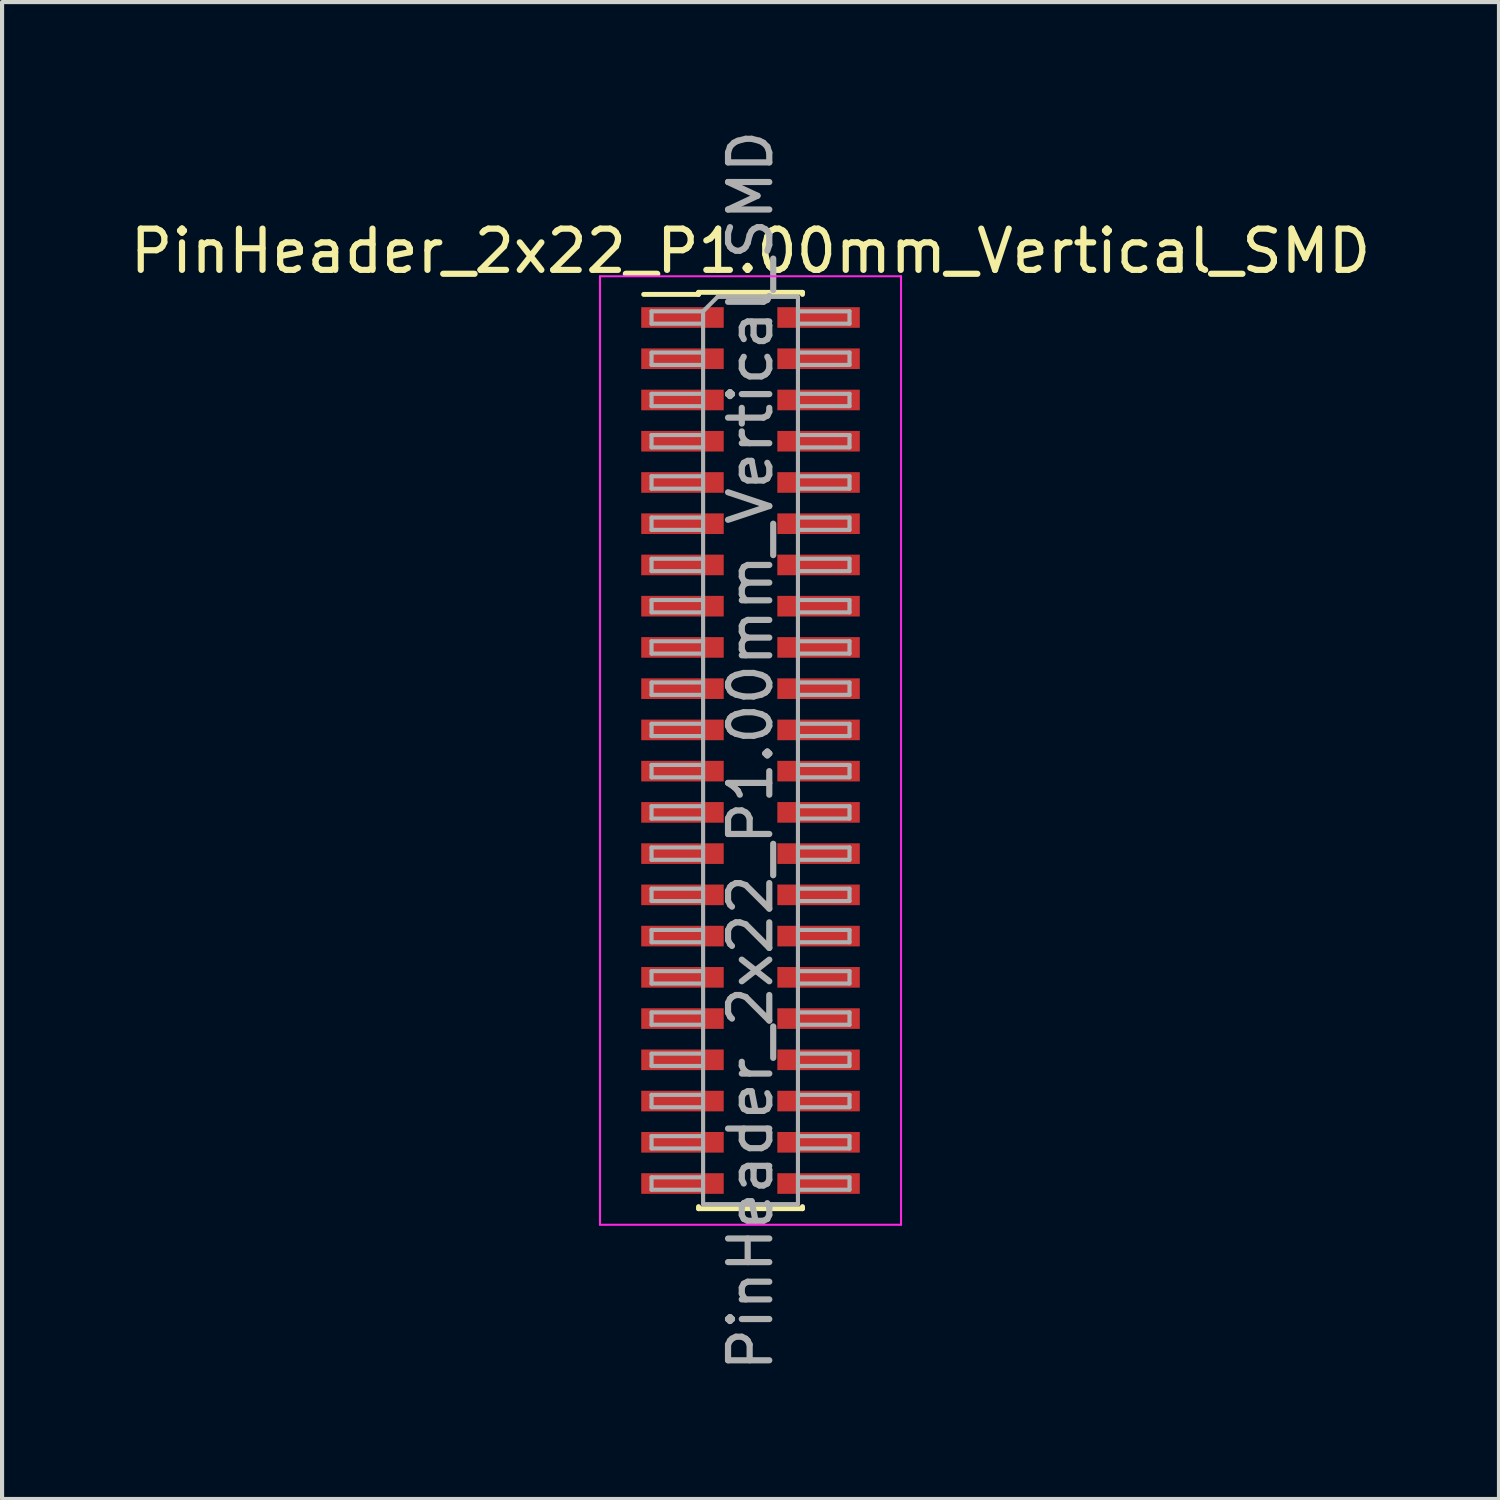
<source format=kicad_pcb>
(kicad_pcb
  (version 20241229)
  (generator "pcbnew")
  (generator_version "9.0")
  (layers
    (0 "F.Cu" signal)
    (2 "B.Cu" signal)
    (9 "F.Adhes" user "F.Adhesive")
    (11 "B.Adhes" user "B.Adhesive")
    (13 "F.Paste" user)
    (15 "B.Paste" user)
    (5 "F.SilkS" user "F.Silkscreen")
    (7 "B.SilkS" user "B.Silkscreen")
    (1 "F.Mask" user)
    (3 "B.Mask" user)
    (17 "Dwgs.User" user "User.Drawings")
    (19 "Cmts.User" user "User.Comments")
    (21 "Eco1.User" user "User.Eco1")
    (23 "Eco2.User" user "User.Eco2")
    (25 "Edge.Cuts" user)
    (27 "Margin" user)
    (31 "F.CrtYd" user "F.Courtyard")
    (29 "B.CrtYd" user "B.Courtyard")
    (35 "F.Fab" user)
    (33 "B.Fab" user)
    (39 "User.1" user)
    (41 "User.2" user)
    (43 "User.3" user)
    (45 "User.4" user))
  (footprint "PinHeader_2x22_P1.00mm_Vertical_SMD"
    (layer "F.Cu")
    (at 15.149 15.149)
    (property "Reference" "PinHeader_2x22_P1.00mm_Vertical_SMD" (at 0 -12.11 0) (layer "F.SilkS") (effects (font (size 1 1) (thickness 0.15))))
    (attr smd)
    (fp_line (start -2.59 -11.06) (end -1.26 -11.06) (stroke (width 0.12) (type solid)) (layer "F.SilkS"))
    (fp_line (start -1.26 -11.11) (end -1.26 -11.06) (stroke (width 0.12) (type solid)) (layer "F.SilkS"))
    (fp_line (start -1.26 -11.11) (end 1.26 -11.11) (stroke (width 0.12) (type solid)) (layer "F.SilkS"))
    (fp_line (start -1.26 11.06) (end -1.26 11.11) (stroke (width 0.12) (type solid)) (layer "F.SilkS"))
    (fp_line (start -1.26 11.11) (end 1.26 11.11) (stroke (width 0.12) (type solid)) (layer "F.SilkS"))
    (fp_line (start 1.26 -11.11) (end 1.26 -11.06) (stroke (width 0.12) (type solid)) (layer "F.SilkS"))
    (fp_line (start 1.26 11.06) (end 1.26 11.11) (stroke (width 0.12) (type solid)) (layer "F.SilkS"))
    (fp_line (start -3.65 -11.5) (end -3.65 11.5) (stroke (width 0.05) (type solid)) (layer "F.CrtYd"))
    (fp_line (start -3.65 11.5) (end 3.65 11.5) (stroke (width 0.05) (type solid)) (layer "F.CrtYd"))
    (fp_line (start 3.65 -11.5) (end -3.65 -11.5) (stroke (width 0.05) (type solid)) (layer "F.CrtYd"))
    (fp_line (start 3.65 11.5) (end 3.65 -11.5) (stroke (width 0.05) (type solid)) (layer "F.CrtYd"))
    (fp_line (start -2.4 -10.65) (end -2.4 -10.35) (stroke (width 0.1) (type solid)) (layer "F.Fab"))
    (fp_line (start -2.4 -10.35) (end -1.15 -10.35) (stroke (width 0.1) (type solid)) (layer "F.Fab"))
    (fp_line (start -2.4 -9.65) (end -2.4 -9.35) (stroke (width 0.1) (type solid)) (layer "F.Fab"))
    (fp_line (start -2.4 -9.35) (end -1.15 -9.35) (stroke (width 0.1) (type solid)) (layer "F.Fab"))
    (fp_line (start -2.4 -8.65) (end -2.4 -8.35) (stroke (width 0.1) (type solid)) (layer "F.Fab"))
    (fp_line (start -2.4 -8.35) (end -1.15 -8.35) (stroke (width 0.1) (type solid)) (layer "F.Fab"))
    (fp_line (start -2.4 -7.65) (end -2.4 -7.35) (stroke (width 0.1) (type solid)) (layer "F.Fab"))
    (fp_line (start -2.4 -7.35) (end -1.15 -7.35) (stroke (width 0.1) (type solid)) (layer "F.Fab"))
    (fp_line (start -2.4 -6.65) (end -2.4 -6.35) (stroke (width 0.1) (type solid)) (layer "F.Fab"))
    (fp_line (start -2.4 -6.35) (end -1.15 -6.35) (stroke (width 0.1) (type solid)) (layer "F.Fab"))
    (fp_line (start -2.4 -5.65) (end -2.4 -5.35) (stroke (width 0.1) (type solid)) (layer "F.Fab"))
    (fp_line (start -2.4 -5.35) (end -1.15 -5.35) (stroke (width 0.1) (type solid)) (layer "F.Fab"))
    (fp_line (start -2.4 -4.65) (end -2.4 -4.35) (stroke (width 0.1) (type solid)) (layer "F.Fab"))
    (fp_line (start -2.4 -4.35) (end -1.15 -4.35) (stroke (width 0.1) (type solid)) (layer "F.Fab"))
    (fp_line (start -2.4 -3.65) (end -2.4 -3.35) (stroke (width 0.1) (type solid)) (layer "F.Fab"))
    (fp_line (start -2.4 -3.35) (end -1.15 -3.35) (stroke (width 0.1) (type solid)) (layer "F.Fab"))
    (fp_line (start -2.4 -2.65) (end -2.4 -2.35) (stroke (width 0.1) (type solid)) (layer "F.Fab"))
    (fp_line (start -2.4 -2.35) (end -1.15 -2.35) (stroke (width 0.1) (type solid)) (layer "F.Fab"))
    (fp_line (start -2.4 -1.65) (end -2.4 -1.35) (stroke (width 0.1) (type solid)) (layer "F.Fab"))
    (fp_line (start -2.4 -1.35) (end -1.15 -1.35) (stroke (width 0.1) (type solid)) (layer "F.Fab"))
    (fp_line (start -2.4 -0.65) (end -2.4 -0.35) (stroke (width 0.1) (type solid)) (layer "F.Fab"))
    (fp_line (start -2.4 -0.35) (end -1.15 -0.35) (stroke (width 0.1) (type solid)) (layer "F.Fab"))
    (fp_line (start -2.4 0.35) (end -2.4 0.65) (stroke (width 0.1) (type solid)) (layer "F.Fab"))
    (fp_line (start -2.4 0.65) (end -1.15 0.65) (stroke (width 0.1) (type solid)) (layer "F.Fab"))
    (fp_line (start -2.4 1.35) (end -2.4 1.65) (stroke (width 0.1) (type solid)) (layer "F.Fab"))
    (fp_line (start -2.4 1.65) (end -1.15 1.65) (stroke (width 0.1) (type solid)) (layer "F.Fab"))
    (fp_line (start -2.4 2.35) (end -2.4 2.65) (stroke (width 0.1) (type solid)) (layer "F.Fab"))
    (fp_line (start -2.4 2.65) (end -1.15 2.65) (stroke (width 0.1) (type solid)) (layer "F.Fab"))
    (fp_line (start -2.4 3.35) (end -2.4 3.65) (stroke (width 0.1) (type solid)) (layer "F.Fab"))
    (fp_line (start -2.4 3.65) (end -1.15 3.65) (stroke (width 0.1) (type solid)) (layer "F.Fab"))
    (fp_line (start -2.4 4.35) (end -2.4 4.65) (stroke (width 0.1) (type solid)) (layer "F.Fab"))
    (fp_line (start -2.4 4.65) (end -1.15 4.65) (stroke (width 0.1) (type solid)) (layer "F.Fab"))
    (fp_line (start -2.4 5.35) (end -2.4 5.65) (stroke (width 0.1) (type solid)) (layer "F.Fab"))
    (fp_line (start -2.4 5.65) (end -1.15 5.65) (stroke (width 0.1) (type solid)) (layer "F.Fab"))
    (fp_line (start -2.4 6.35) (end -2.4 6.65) (stroke (width 0.1) (type solid)) (layer "F.Fab"))
    (fp_line (start -2.4 6.65) (end -1.15 6.65) (stroke (width 0.1) (type solid)) (layer "F.Fab"))
    (fp_line (start -2.4 7.35) (end -2.4 7.65) (stroke (width 0.1) (type solid)) (layer "F.Fab"))
    (fp_line (start -2.4 7.65) (end -1.15 7.65) (stroke (width 0.1) (type solid)) (layer "F.Fab"))
    (fp_line (start -2.4 8.35) (end -2.4 8.65) (stroke (width 0.1) (type solid)) (layer "F.Fab"))
    (fp_line (start -2.4 8.65) (end -1.15 8.65) (stroke (width 0.1) (type solid)) (layer "F.Fab"))
    (fp_line (start -2.4 9.35) (end -2.4 9.65) (stroke (width 0.1) (type solid)) (layer "F.Fab"))
    (fp_line (start -2.4 9.65) (end -1.15 9.65) (stroke (width 0.1) (type solid)) (layer "F.Fab"))
    (fp_line (start -2.4 10.35) (end -2.4 10.65) (stroke (width 0.1) (type solid)) (layer "F.Fab"))
    (fp_line (start -2.4 10.65) (end -1.15 10.65) (stroke (width 0.1) (type solid)) (layer "F.Fab"))
    (fp_line (start -1.15 -10.65) (end -2.4 -10.65) (stroke (width 0.1) (type solid)) (layer "F.Fab"))
    (fp_line (start -1.15 -10.65) (end -0.8 -11) (stroke (width 0.1) (type solid)) (layer "F.Fab"))
    (fp_line (start -1.15 -9.65) (end -2.4 -9.65) (stroke (width 0.1) (type solid)) (layer "F.Fab"))
    (fp_line (start -1.15 -8.65) (end -2.4 -8.65) (stroke (width 0.1) (type solid)) (layer "F.Fab"))
    (fp_line (start -1.15 -7.65) (end -2.4 -7.65) (stroke (width 0.1) (type solid)) (layer "F.Fab"))
    (fp_line (start -1.15 -6.65) (end -2.4 -6.65) (stroke (width 0.1) (type solid)) (layer "F.Fab"))
    (fp_line (start -1.15 -5.65) (end -2.4 -5.65) (stroke (width 0.1) (type solid)) (layer "F.Fab"))
    (fp_line (start -1.15 -4.65) (end -2.4 -4.65) (stroke (width 0.1) (type solid)) (layer "F.Fab"))
    (fp_line (start -1.15 -3.65) (end -2.4 -3.65) (stroke (width 0.1) (type solid)) (layer "F.Fab"))
    (fp_line (start -1.15 -2.65) (end -2.4 -2.65) (stroke (width 0.1) (type solid)) (layer "F.Fab"))
    (fp_line (start -1.15 -1.65) (end -2.4 -1.65) (stroke (width 0.1) (type solid)) (layer "F.Fab"))
    (fp_line (start -1.15 -0.65) (end -2.4 -0.65) (stroke (width 0.1) (type solid)) (layer "F.Fab"))
    (fp_line (start -1.15 0.35) (end -2.4 0.35) (stroke (width 0.1) (type solid)) (layer "F.Fab"))
    (fp_line (start -1.15 1.35) (end -2.4 1.35) (stroke (width 0.1) (type solid)) (layer "F.Fab"))
    (fp_line (start -1.15 2.35) (end -2.4 2.35) (stroke (width 0.1) (type solid)) (layer "F.Fab"))
    (fp_line (start -1.15 3.35) (end -2.4 3.35) (stroke (width 0.1) (type solid)) (layer "F.Fab"))
    (fp_line (start -1.15 4.35) (end -2.4 4.35) (stroke (width 0.1) (type solid)) (layer "F.Fab"))
    (fp_line (start -1.15 5.35) (end -2.4 5.35) (stroke (width 0.1) (type solid)) (layer "F.Fab"))
    (fp_line (start -1.15 6.35) (end -2.4 6.35) (stroke (width 0.1) (type solid)) (layer "F.Fab"))
    (fp_line (start -1.15 7.35) (end -2.4 7.35) (stroke (width 0.1) (type solid)) (layer "F.Fab"))
    (fp_line (start -1.15 8.35) (end -2.4 8.35) (stroke (width 0.1) (type solid)) (layer "F.Fab"))
    (fp_line (start -1.15 9.35) (end -2.4 9.35) (stroke (width 0.1) (type solid)) (layer "F.Fab"))
    (fp_line (start -1.15 10.35) (end -2.4 10.35) (stroke (width 0.1) (type solid)) (layer "F.Fab"))
    (fp_line (start -1.15 11) (end -1.15 -10.65) (stroke (width 0.1) (type solid)) (layer "F.Fab"))
    (fp_line (start -0.8 -11) (end 1.15 -11) (stroke (width 0.1) (type solid)) (layer "F.Fab"))
    (fp_line (start 1.15 -11) (end 1.15 11) (stroke (width 0.1) (type solid)) (layer "F.Fab"))
    (fp_line (start 1.15 -10.65) (end 2.4 -10.65) (stroke (width 0.1) (type solid)) (layer "F.Fab"))
    (fp_line (start 1.15 -9.65) (end 2.4 -9.65) (stroke (width 0.1) (type solid)) (layer "F.Fab"))
    (fp_line (start 1.15 -8.65) (end 2.4 -8.65) (stroke (width 0.1) (type solid)) (layer "F.Fab"))
    (fp_line (start 1.15 -7.65) (end 2.4 -7.65) (stroke (width 0.1) (type solid)) (layer "F.Fab"))
    (fp_line (start 1.15 -6.65) (end 2.4 -6.65) (stroke (width 0.1) (type solid)) (layer "F.Fab"))
    (fp_line (start 1.15 -5.65) (end 2.4 -5.65) (stroke (width 0.1) (type solid)) (layer "F.Fab"))
    (fp_line (start 1.15 -4.65) (end 2.4 -4.65) (stroke (width 0.1) (type solid)) (layer "F.Fab"))
    (fp_line (start 1.15 -3.65) (end 2.4 -3.65) (stroke (width 0.1) (type solid)) (layer "F.Fab"))
    (fp_line (start 1.15 -2.65) (end 2.4 -2.65) (stroke (width 0.1) (type solid)) (layer "F.Fab"))
    (fp_line (start 1.15 -1.65) (end 2.4 -1.65) (stroke (width 0.1) (type solid)) (layer "F.Fab"))
    (fp_line (start 1.15 -0.65) (end 2.4 -0.65) (stroke (width 0.1) (type solid)) (layer "F.Fab"))
    (fp_line (start 1.15 0.35) (end 2.4 0.35) (stroke (width 0.1) (type solid)) (layer "F.Fab"))
    (fp_line (start 1.15 1.35) (end 2.4 1.35) (stroke (width 0.1) (type solid)) (layer "F.Fab"))
    (fp_line (start 1.15 2.35) (end 2.4 2.35) (stroke (width 0.1) (type solid)) (layer "F.Fab"))
    (fp_line (start 1.15 3.35) (end 2.4 3.35) (stroke (width 0.1) (type solid)) (layer "F.Fab"))
    (fp_line (start 1.15 4.35) (end 2.4 4.35) (stroke (width 0.1) (type solid)) (layer "F.Fab"))
    (fp_line (start 1.15 5.35) (end 2.4 5.35) (stroke (width 0.1) (type solid)) (layer "F.Fab"))
    (fp_line (start 1.15 6.35) (end 2.4 6.35) (stroke (width 0.1) (type solid)) (layer "F.Fab"))
    (fp_line (start 1.15 7.35) (end 2.4 7.35) (stroke (width 0.1) (type solid)) (layer "F.Fab"))
    (fp_line (start 1.15 8.35) (end 2.4 8.35) (stroke (width 0.1) (type solid)) (layer "F.Fab"))
    (fp_line (start 1.15 9.35) (end 2.4 9.35) (stroke (width 0.1) (type solid)) (layer "F.Fab"))
    (fp_line (start 1.15 10.35) (end 2.4 10.35) (stroke (width 0.1) (type solid)) (layer "F.Fab"))
    (fp_line (start 1.15 11) (end -1.15 11) (stroke (width 0.1) (type solid)) (layer "F.Fab"))
    (fp_line (start 2.4 -10.65) (end 2.4 -10.35) (stroke (width 0.1) (type solid)) (layer "F.Fab"))
    (fp_line (start 2.4 -10.35) (end 1.15 -10.35) (stroke (width 0.1) (type solid)) (layer "F.Fab"))
    (fp_line (start 2.4 -9.65) (end 2.4 -9.35) (stroke (width 0.1) (type solid)) (layer "F.Fab"))
    (fp_line (start 2.4 -9.35) (end 1.15 -9.35) (stroke (width 0.1) (type solid)) (layer "F.Fab"))
    (fp_line (start 2.4 -8.65) (end 2.4 -8.35) (stroke (width 0.1) (type solid)) (layer "F.Fab"))
    (fp_line (start 2.4 -8.35) (end 1.15 -8.35) (stroke (width 0.1) (type solid)) (layer "F.Fab"))
    (fp_line (start 2.4 -7.65) (end 2.4 -7.35) (stroke (width 0.1) (type solid)) (layer "F.Fab"))
    (fp_line (start 2.4 -7.35) (end 1.15 -7.35) (stroke (width 0.1) (type solid)) (layer "F.Fab"))
    (fp_line (start 2.4 -6.65) (end 2.4 -6.35) (stroke (width 0.1) (type solid)) (layer "F.Fab"))
    (fp_line (start 2.4 -6.35) (end 1.15 -6.35) (stroke (width 0.1) (type solid)) (layer "F.Fab"))
    (fp_line (start 2.4 -5.65) (end 2.4 -5.35) (stroke (width 0.1) (type solid)) (layer "F.Fab"))
    (fp_line (start 2.4 -5.35) (end 1.15 -5.35) (stroke (width 0.1) (type solid)) (layer "F.Fab"))
    (fp_line (start 2.4 -4.65) (end 2.4 -4.35) (stroke (width 0.1) (type solid)) (layer "F.Fab"))
    (fp_line (start 2.4 -4.35) (end 1.15 -4.35) (stroke (width 0.1) (type solid)) (layer "F.Fab"))
    (fp_line (start 2.4 -3.65) (end 2.4 -3.35) (stroke (width 0.1) (type solid)) (layer "F.Fab"))
    (fp_line (start 2.4 -3.35) (end 1.15 -3.35) (stroke (width 0.1) (type solid)) (layer "F.Fab"))
    (fp_line (start 2.4 -2.65) (end 2.4 -2.35) (stroke (width 0.1) (type solid)) (layer "F.Fab"))
    (fp_line (start 2.4 -2.35) (end 1.15 -2.35) (stroke (width 0.1) (type solid)) (layer "F.Fab"))
    (fp_line (start 2.4 -1.65) (end 2.4 -1.35) (stroke (width 0.1) (type solid)) (layer "F.Fab"))
    (fp_line (start 2.4 -1.35) (end 1.15 -1.35) (stroke (width 0.1) (type solid)) (layer "F.Fab"))
    (fp_line (start 2.4 -0.65) (end 2.4 -0.35) (stroke (width 0.1) (type solid)) (layer "F.Fab"))
    (fp_line (start 2.4 -0.35) (end 1.15 -0.35) (stroke (width 0.1) (type solid)) (layer "F.Fab"))
    (fp_line (start 2.4 0.35) (end 2.4 0.65) (stroke (width 0.1) (type solid)) (layer "F.Fab"))
    (fp_line (start 2.4 0.65) (end 1.15 0.65) (stroke (width 0.1) (type solid)) (layer "F.Fab"))
    (fp_line (start 2.4 1.35) (end 2.4 1.65) (stroke (width 0.1) (type solid)) (layer "F.Fab"))
    (fp_line (start 2.4 1.65) (end 1.15 1.65) (stroke (width 0.1) (type solid)) (layer "F.Fab"))
    (fp_line (start 2.4 2.35) (end 2.4 2.65) (stroke (width 0.1) (type solid)) (layer "F.Fab"))
    (fp_line (start 2.4 2.65) (end 1.15 2.65) (stroke (width 0.1) (type solid)) (layer "F.Fab"))
    (fp_line (start 2.4 3.35) (end 2.4 3.65) (stroke (width 0.1) (type solid)) (layer "F.Fab"))
    (fp_line (start 2.4 3.65) (end 1.15 3.65) (stroke (width 0.1) (type solid)) (layer "F.Fab"))
    (fp_line (start 2.4 4.35) (end 2.4 4.65) (stroke (width 0.1) (type solid)) (layer "F.Fab"))
    (fp_line (start 2.4 4.65) (end 1.15 4.65) (stroke (width 0.1) (type solid)) (layer "F.Fab"))
    (fp_line (start 2.4 5.35) (end 2.4 5.65) (stroke (width 0.1) (type solid)) (layer "F.Fab"))
    (fp_line (start 2.4 5.65) (end 1.15 5.65) (stroke (width 0.1) (type solid)) (layer "F.Fab"))
    (fp_line (start 2.4 6.35) (end 2.4 6.65) (stroke (width 0.1) (type solid)) (layer "F.Fab"))
    (fp_line (start 2.4 6.65) (end 1.15 6.65) (stroke (width 0.1) (type solid)) (layer "F.Fab"))
    (fp_line (start 2.4 7.35) (end 2.4 7.65) (stroke (width 0.1) (type solid)) (layer "F.Fab"))
    (fp_line (start 2.4 7.65) (end 1.15 7.65) (stroke (width 0.1) (type solid)) (layer "F.Fab"))
    (fp_line (start 2.4 8.35) (end 2.4 8.65) (stroke (width 0.1) (type solid)) (layer "F.Fab"))
    (fp_line (start 2.4 8.65) (end 1.15 8.65) (stroke (width 0.1) (type solid)) (layer "F.Fab"))
    (fp_line (start 2.4 9.35) (end 2.4 9.65) (stroke (width 0.1) (type solid)) (layer "F.Fab"))
    (fp_line (start 2.4 9.65) (end 1.15 9.65) (stroke (width 0.1) (type solid)) (layer "F.Fab"))
    (fp_line (start 2.4 10.35) (end 2.4 10.65) (stroke (width 0.1) (type solid)) (layer "F.Fab"))
    (fp_line (start 2.4 10.65) (end 1.15 10.65) (stroke (width 0.1) (type solid)) (layer "F.Fab"))
    (fp_text user "${REFERENCE}" (at 0 0 90) (layer "F.Fab") (effects (font (size 1 1) (thickness 0.15))))
    (pad "1" smd rect (at -1.65 -10.5) (size 2 0.5) (layers "F.Cu" "F.Mask" "F.Paste"))
    (pad "2" smd rect (at 1.65 -10.5) (size 2 0.5) (layers "F.Cu" "F.Mask" "F.Paste"))
    (pad "3" smd rect (at -1.65 -9.5) (size 2 0.5) (layers "F.Cu" "F.Mask" "F.Paste"))
    (pad "4" smd rect (at 1.65 -9.5) (size 2 0.5) (layers "F.Cu" "F.Mask" "F.Paste"))
    (pad "5" smd rect (at -1.65 -8.5) (size 2 0.5) (layers "F.Cu" "F.Mask" "F.Paste"))
    (pad "6" smd rect (at 1.65 -8.5) (size 2 0.5) (layers "F.Cu" "F.Mask" "F.Paste"))
    (pad "7" smd rect (at -1.65 -7.5) (size 2 0.5) (layers "F.Cu" "F.Mask" "F.Paste"))
    (pad "8" smd rect (at 1.65 -7.5) (size 2 0.5) (layers "F.Cu" "F.Mask" "F.Paste"))
    (pad "9" smd rect (at -1.65 -6.5) (size 2 0.5) (layers "F.Cu" "F.Mask" "F.Paste"))
    (pad "10" smd rect (at 1.65 -6.5) (size 2 0.5) (layers "F.Cu" "F.Mask" "F.Paste"))
    (pad "11" smd rect (at -1.65 -5.5) (size 2 0.5) (layers "F.Cu" "F.Mask" "F.Paste"))
    (pad "12" smd rect (at 1.65 -5.5) (size 2 0.5) (layers "F.Cu" "F.Mask" "F.Paste"))
    (pad "13" smd rect (at -1.65 -4.5) (size 2 0.5) (layers "F.Cu" "F.Mask" "F.Paste"))
    (pad "14" smd rect (at 1.65 -4.5) (size 2 0.5) (layers "F.Cu" "F.Mask" "F.Paste"))
    (pad "15" smd rect (at -1.65 -3.5) (size 2 0.5) (layers "F.Cu" "F.Mask" "F.Paste"))
    (pad "16" smd rect (at 1.65 -3.5) (size 2 0.5) (layers "F.Cu" "F.Mask" "F.Paste"))
    (pad "17" smd rect (at -1.65 -2.5) (size 2 0.5) (layers "F.Cu" "F.Mask" "F.Paste"))
    (pad "18" smd rect (at 1.65 -2.5) (size 2 0.5) (layers "F.Cu" "F.Mask" "F.Paste"))
    (pad "19" smd rect (at -1.65 -1.5) (size 2 0.5) (layers "F.Cu" "F.Mask" "F.Paste"))
    (pad "20" smd rect (at 1.65 -1.5) (size 2 0.5) (layers "F.Cu" "F.Mask" "F.Paste"))
    (pad "21" smd rect (at -1.65 -0.5) (size 2 0.5) (layers "F.Cu" "F.Mask" "F.Paste"))
    (pad "22" smd rect (at 1.65 -0.5) (size 2 0.5) (layers "F.Cu" "F.Mask" "F.Paste"))
    (pad "23" smd rect (at -1.65 0.5) (size 2 0.5) (layers "F.Cu" "F.Mask" "F.Paste"))
    (pad "24" smd rect (at 1.65 0.5) (size 2 0.5) (layers "F.Cu" "F.Mask" "F.Paste"))
    (pad "25" smd rect (at -1.65 1.5) (size 2 0.5) (layers "F.Cu" "F.Mask" "F.Paste"))
    (pad "26" smd rect (at 1.65 1.5) (size 2 0.5) (layers "F.Cu" "F.Mask" "F.Paste"))
    (pad "27" smd rect (at -1.65 2.5) (size 2 0.5) (layers "F.Cu" "F.Mask" "F.Paste"))
    (pad "28" smd rect (at 1.65 2.5) (size 2 0.5) (layers "F.Cu" "F.Mask" "F.Paste"))
    (pad "29" smd rect (at -1.65 3.5) (size 2 0.5) (layers "F.Cu" "F.Mask" "F.Paste"))
    (pad "30" smd rect (at 1.65 3.5) (size 2 0.5) (layers "F.Cu" "F.Mask" "F.Paste"))
    (pad "31" smd rect (at -1.65 4.5) (size 2 0.5) (layers "F.Cu" "F.Mask" "F.Paste"))
    (pad "32" smd rect (at 1.65 4.5) (size 2 0.5) (layers "F.Cu" "F.Mask" "F.Paste"))
    (pad "33" smd rect (at -1.65 5.5) (size 2 0.5) (layers "F.Cu" "F.Mask" "F.Paste"))
    (pad "34" smd rect (at 1.65 5.5) (size 2 0.5) (layers "F.Cu" "F.Mask" "F.Paste"))
    (pad "35" smd rect (at -1.65 6.5) (size 2 0.5) (layers "F.Cu" "F.Mask" "F.Paste"))
    (pad "36" smd rect (at 1.65 6.5) (size 2 0.5) (layers "F.Cu" "F.Mask" "F.Paste"))
    (pad "37" smd rect (at -1.65 7.5) (size 2 0.5) (layers "F.Cu" "F.Mask" "F.Paste"))
    (pad "38" smd rect (at 1.65 7.5) (size 2 0.5) (layers "F.Cu" "F.Mask" "F.Paste"))
    (pad "39" smd rect (at -1.65 8.5) (size 2 0.5) (layers "F.Cu" "F.Mask" "F.Paste"))
    (pad "40" smd rect (at 1.65 8.5) (size 2 0.5) (layers "F.Cu" "F.Mask" "F.Paste"))
    (pad "41" smd rect (at -1.65 9.5) (size 2 0.5) (layers "F.Cu" "F.Mask" "F.Paste"))
    (pad "42" smd rect (at 1.65 9.5) (size 2 0.5) (layers "F.Cu" "F.Mask" "F.Paste"))
    (pad "43" smd rect (at -1.65 10.5) (size 2 0.5) (layers "F.Cu" "F.Mask" "F.Paste"))
    (pad "44" smd rect (at 1.65 10.5) (size 2 0.5) (layers "F.Cu" "F.Mask" "F.Paste")))
  (gr_rect
    (start -3 -3)
    (end 33.298 33.298)
    (stroke (width 0.1) (type default))
    (fill no)
    (layer "Edge.Cuts")))
</source>
